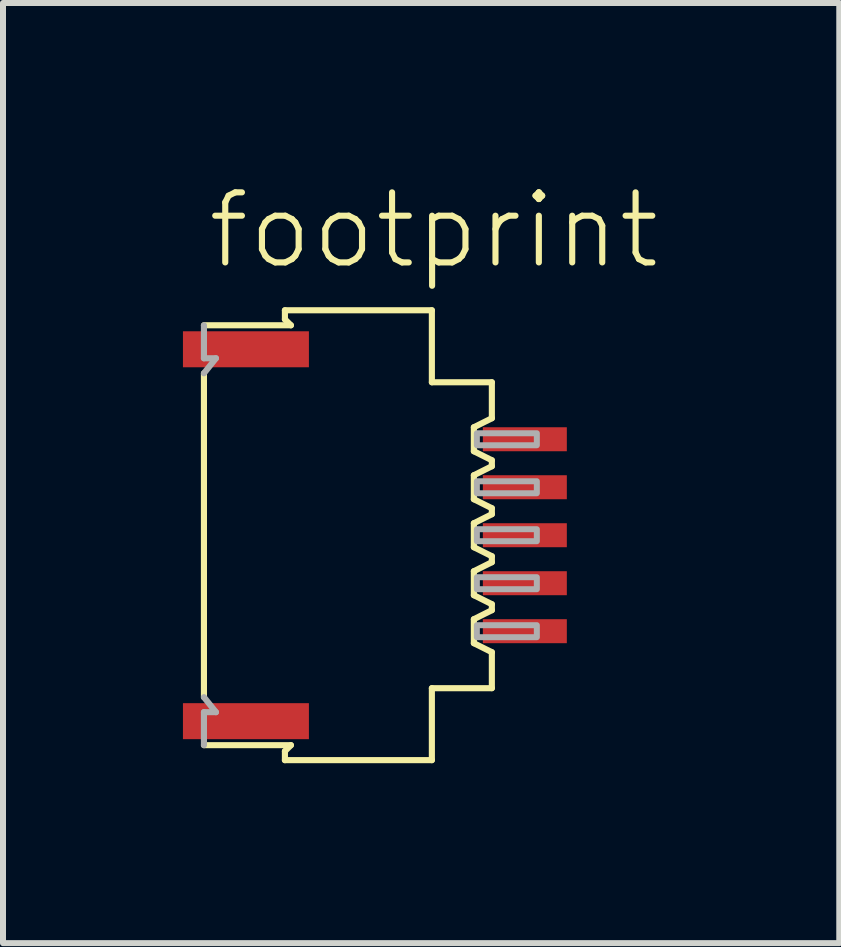
<source format=kicad_pcb>
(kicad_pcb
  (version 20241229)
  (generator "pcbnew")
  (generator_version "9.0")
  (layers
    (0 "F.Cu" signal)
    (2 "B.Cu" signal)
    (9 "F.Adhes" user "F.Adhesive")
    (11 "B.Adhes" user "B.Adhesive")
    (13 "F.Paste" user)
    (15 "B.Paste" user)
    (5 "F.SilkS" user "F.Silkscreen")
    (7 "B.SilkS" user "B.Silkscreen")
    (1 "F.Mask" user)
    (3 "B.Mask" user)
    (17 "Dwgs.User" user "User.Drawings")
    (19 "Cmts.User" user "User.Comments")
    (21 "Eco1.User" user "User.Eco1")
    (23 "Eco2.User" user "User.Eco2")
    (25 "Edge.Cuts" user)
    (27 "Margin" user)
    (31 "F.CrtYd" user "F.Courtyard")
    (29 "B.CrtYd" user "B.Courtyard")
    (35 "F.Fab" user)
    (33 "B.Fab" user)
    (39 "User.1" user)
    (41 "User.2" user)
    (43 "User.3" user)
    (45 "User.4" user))
  (footprint "footprint"
    (layer "F.Cu")
    (at 3.16 5.873)
    (property "Reference" "footprint" (at -2.8 -4.4 0) (layer "F.SilkS") (effects (font (size 1.168 1.168) (thickness 0.102)) (justify left bottom)))
    (fp_line (start -2.81 -2.7) (end -2.81 2.7) (stroke (width 0.102) (type solid)) (layer "F.SilkS"))
    (fp_line (start -1.46 -3.75) (end -1.46 -3.6) (stroke (width 0.102) (type solid)) (layer "F.SilkS"))
    (fp_line (start -1.46 -3.6) (end -1.36 -3.5) (stroke (width 0.102) (type solid)) (layer "F.SilkS"))
    (fp_line (start -1.46 3.6) (end -1.46 3.75) (stroke (width 0.102) (type solid)) (layer "F.SilkS"))
    (fp_line (start -1.36 -3.5) (end -2.81 -3.5) (stroke (width 0.102) (type solid)) (layer "F.SilkS"))
    (fp_line (start -1.36 3.5) (end -2.81 3.5) (stroke (width 0.102) (type solid)) (layer "F.SilkS"))
    (fp_line (start -1.36 3.5) (end -1.46 3.6) (stroke (width 0.102) (type solid)) (layer "F.SilkS"))
    (fp_line (start 0.99 -3.75) (end -1.46 -3.75) (stroke (width 0.102) (type solid)) (layer "F.SilkS"))
    (fp_line (start 0.99 -2.55) (end 0.99 -3.75) (stroke (width 0.102) (type solid)) (layer "F.SilkS"))
    (fp_line (start 0.99 2.55) (end 1.99 2.55) (stroke (width 0.102) (type solid)) (layer "F.SilkS"))
    (fp_line (start 0.99 3.75) (end -1.46 3.75) (stroke (width 0.102) (type solid)) (layer "F.SilkS"))
    (fp_line (start 0.99 3.75) (end 0.99 2.55) (stroke (width 0.102) (type solid)) (layer "F.SilkS"))
    (fp_line (start 1.69 -1.8) (end 1.99 -1.95) (stroke (width 0.102) (type solid)) (layer "F.SilkS"))
    (fp_line (start 1.69 -1.4) (end 1.69 -1.8) (stroke (width 0.102) (type solid)) (layer "F.SilkS"))
    (fp_line (start 1.69 -1) (end 1.69 -0.6) (stroke (width 0.102) (type solid)) (layer "F.SilkS"))
    (fp_line (start 1.69 -0.6) (end 1.99 -0.45) (stroke (width 0.102) (type solid)) (layer "F.SilkS"))
    (fp_line (start 1.69 0.2) (end 1.69 -0.2) (stroke (width 0.102) (type solid)) (layer "F.SilkS"))
    (fp_line (start 1.69 0.6) (end 1.69 1) (stroke (width 0.102) (type solid)) (layer "F.SilkS"))
    (fp_line (start 1.69 1) (end 1.99 1.15) (stroke (width 0.102) (type solid)) (layer "F.SilkS"))
    (fp_line (start 1.69 1.8) (end 1.69 1.4) (stroke (width 0.102) (type solid)) (layer "F.SilkS"))
    (fp_line (start 1.69 1.8) (end 1.99 1.95) (stroke (width 0.102) (type solid)) (layer "F.SilkS"))
    (fp_line (start 1.99 -2.55) (end 0.99 -2.55) (stroke (width 0.102) (type solid)) (layer "F.SilkS"))
    (fp_line (start 1.99 -1.95) (end 1.99 -2.55) (stroke (width 0.102) (type solid)) (layer "F.SilkS"))
    (fp_line (start 1.99 -1.25) (end 1.69 -1.4) (stroke (width 0.102) (type solid)) (layer "F.SilkS"))
    (fp_line (start 1.99 -1.25) (end 1.99 -1.15) (stroke (width 0.102) (type solid)) (layer "F.SilkS"))
    (fp_line (start 1.99 -1.15) (end 1.69 -1) (stroke (width 0.102) (type solid)) (layer "F.SilkS"))
    (fp_line (start 1.99 -0.45) (end 1.99 -0.35) (stroke (width 0.102) (type solid)) (layer "F.SilkS"))
    (fp_line (start 1.99 -0.35) (end 1.69 -0.2) (stroke (width 0.102) (type solid)) (layer "F.SilkS"))
    (fp_line (start 1.99 0.35) (end 1.69 0.2) (stroke (width 0.102) (type solid)) (layer "F.SilkS"))
    (fp_line (start 1.99 0.35) (end 1.99 0.45) (stroke (width 0.102) (type solid)) (layer "F.SilkS"))
    (fp_line (start 1.99 0.45) (end 1.69 0.6) (stroke (width 0.102) (type solid)) (layer "F.SilkS"))
    (fp_line (start 1.99 1.15) (end 1.99 1.25) (stroke (width 0.102) (type solid)) (layer "F.SilkS"))
    (fp_line (start 1.99 1.25) (end 1.69 1.4) (stroke (width 0.102) (type solid)) (layer "F.SilkS"))
    (fp_line (start 1.99 2.55) (end 1.99 1.95) (stroke (width 0.102) (type solid)) (layer "F.SilkS"))
    (fp_line (start -2.81 -3.5) (end -2.81 -2.95) (stroke (width 0.102) (type solid)) (layer "F.Fab"))
    (fp_line (start -2.81 -2.95) (end -2.61 -2.95) (stroke (width 0.102) (type solid)) (layer "F.Fab"))
    (fp_line (start -2.81 2.7) (end -2.61 2.95) (stroke (width 0.102) (type solid)) (layer "F.Fab"))
    (fp_line (start -2.81 2.95) (end -2.81 3.5) (stroke (width 0.102) (type solid)) (layer "F.Fab"))
    (fp_line (start -2.81 2.95) (end -2.61 2.95) (stroke (width 0.102) (type solid)) (layer "F.Fab"))
    (fp_line (start -2.61 -2.95) (end -2.81 -2.7) (stroke (width 0.102) (type solid)) (layer "F.Fab"))
    (fp_poly (pts (xy 1.74 -1.5) (xy 2.74 -1.5) (xy 2.74 -1.7) (xy 1.74 -1.7)) (stroke (width 0.1) (type solid)) (fill no) (layer "F.Fab"))
    (fp_poly (pts (xy 1.74 -0.7) (xy 2.74 -0.7) (xy 2.74 -0.9) (xy 1.74 -0.9)) (stroke (width 0.1) (type solid)) (fill no) (layer "F.Fab"))
    (fp_poly (pts (xy 1.74 0.1) (xy 2.74 0.1) (xy 2.74 -0.1) (xy 1.74 -0.1)) (stroke (width 0.1) (type solid)) (fill no) (layer "F.Fab"))
    (fp_poly (pts (xy 1.74 0.9) (xy 2.74 0.9) (xy 2.74 0.7) (xy 1.74 0.7)) (stroke (width 0.1) (type solid)) (fill no) (layer "F.Fab"))
    (fp_poly (pts (xy 1.74 1.7) (xy 2.74 1.7) (xy 2.74 1.5) (xy 1.74 1.5)) (stroke (width 0.1) (type solid)) (fill no) (layer "F.Fab"))
    (pad "1" smd rect (at 2.54 -1.6) (size 1.4 0.4) (layers "F.Cu" "F.Mask" "F.Paste"))
    (pad "2" smd rect (at 2.54 -0.8) (size 1.4 0.4) (layers "F.Cu" "F.Mask" "F.Paste"))
    (pad "3" smd rect (at 2.54 0) (size 1.4 0.4) (layers "F.Cu" "F.Mask" "F.Paste"))
    (pad "4" smd rect (at 2.54 0.8) (size 1.4 0.4) (layers "F.Cu" "F.Mask" "F.Paste"))
    (pad "5" smd rect (at 2.54 1.6) (size 1.4 0.4) (layers "F.Cu" "F.Mask" "F.Paste"))
    (pad "M1" smd rect (at -2.11 -3.1) (size 2.1 0.6) (layers "F.Cu" "F.Mask" "F.Paste"))
    (pad "M2" smd rect (at -2.11 3.1) (size 2.1 0.6) (layers "F.Cu" "F.Mask" "F.Paste")))
  (gr_rect
    (start -3 -3)
    (end 10.942 12.674)
    (stroke (width 0.1) (type default))
    (fill no)
    (layer "Edge.Cuts")))
</source>
